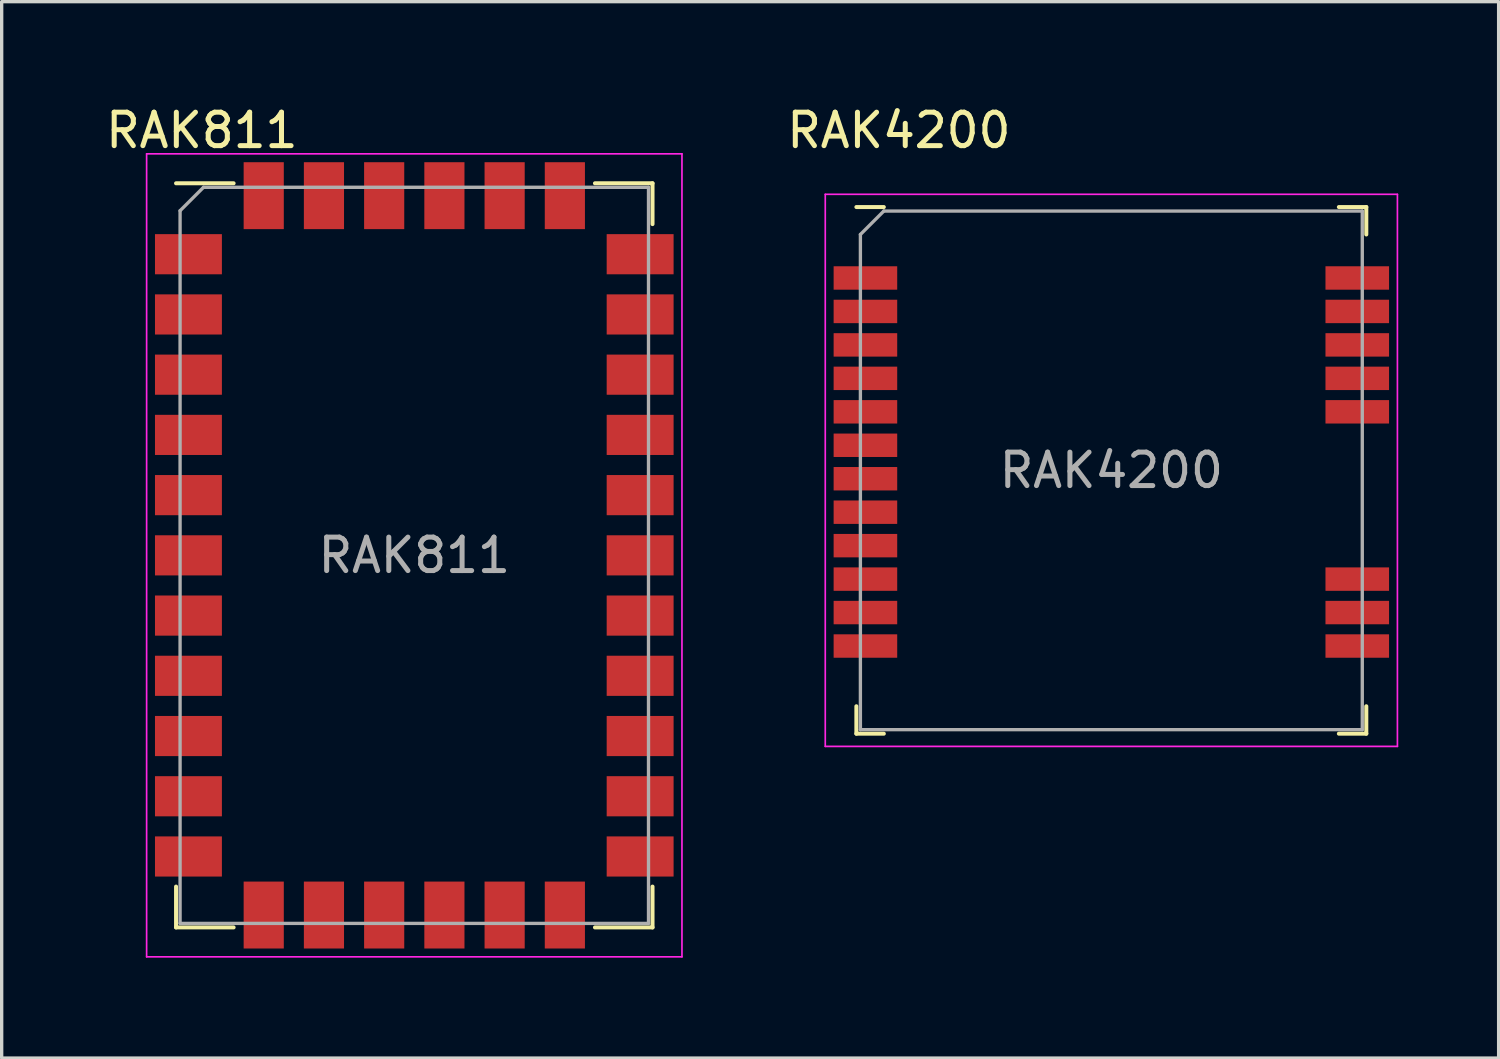
<source format=kicad_pcb>
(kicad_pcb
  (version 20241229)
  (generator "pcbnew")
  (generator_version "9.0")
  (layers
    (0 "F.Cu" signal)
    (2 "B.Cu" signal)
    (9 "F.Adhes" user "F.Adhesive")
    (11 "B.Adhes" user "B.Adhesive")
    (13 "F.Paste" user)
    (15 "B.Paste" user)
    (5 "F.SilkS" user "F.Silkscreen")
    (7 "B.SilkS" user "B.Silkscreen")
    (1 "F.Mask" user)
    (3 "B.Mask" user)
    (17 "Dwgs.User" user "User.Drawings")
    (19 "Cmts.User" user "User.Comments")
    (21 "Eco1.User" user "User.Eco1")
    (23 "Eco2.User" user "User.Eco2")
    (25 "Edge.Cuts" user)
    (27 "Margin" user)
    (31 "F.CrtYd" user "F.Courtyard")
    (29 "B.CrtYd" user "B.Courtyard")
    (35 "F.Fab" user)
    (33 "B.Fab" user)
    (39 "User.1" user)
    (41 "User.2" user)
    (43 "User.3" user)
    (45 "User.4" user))
  (footprint "RAK811"
    (layer "F.Cu")
    (at 9.332 13.548)
    (property "Reference" "RAK811" (at -6.35 -12.7 0) (layer "F.SilkS") (effects (font (size 1 1) (thickness 0.15))))
    (attr smd)
    (fp_line (start -7.12 -11.12) (end -5.4 -11.12) (stroke (width 0.12) (type solid)) (layer "F.SilkS"))
    (fp_line (start -7.12 11.12) (end -7.12 9.9) (stroke (width 0.12) (type solid)) (layer "F.SilkS"))
    (fp_line (start -5.4 11.12) (end -7.12 11.12) (stroke (width 0.12) (type solid)) (layer "F.SilkS"))
    (fp_line (start 5.4 -11.12) (end 7.12 -11.12) (stroke (width 0.12) (type solid)) (layer "F.SilkS"))
    (fp_line (start 5.4 11.12) (end 7.12 11.12) (stroke (width 0.12) (type solid)) (layer "F.SilkS"))
    (fp_line (start 7.12 -11.12) (end 7.12 -9.9) (stroke (width 0.12) (type solid)) (layer "F.SilkS"))
    (fp_line (start 7.12 9.9) (end 7.12 11.12) (stroke (width 0.12) (type solid)) (layer "F.SilkS"))
    (fp_line (start -8 -12) (end -8 12) (stroke (width 0.05) (type solid)) (layer "F.CrtYd"))
    (fp_line (start -8 -12) (end 8 -12) (stroke (width 0.05) (type solid)) (layer "F.CrtYd"))
    (fp_line (start -8 12) (end 8 12) (stroke (width 0.05) (type solid)) (layer "F.CrtYd"))
    (fp_line (start 8 -12) (end 8 12) (stroke (width 0.05) (type solid)) (layer "F.CrtYd"))
    (fp_line (start -7 -10.3) (end -7 11) (stroke (width 0.1) (type solid)) (layer "F.Fab"))
    (fp_line (start -6.3 -11) (end -7 -10.3) (stroke (width 0.1) (type solid)) (layer "F.Fab"))
    (fp_line (start 7 -11) (end -6.3 -11) (stroke (width 0.1) (type solid)) (layer "F.Fab"))
    (fp_line (start 7 -11) (end 7 11) (stroke (width 0.1) (type solid)) (layer "F.Fab"))
    (fp_line (start 7 11) (end -7 11) (stroke (width 0.1) (type solid)) (layer "F.Fab"))
    (fp_text user "${REFERENCE}" (at 0 0 0) (layer "F.Fab") (effects (font (size 1 1) (thickness 0.15))))
    (pad "1" smd rect (at -6.75 -9) (size 2 1.2) (layers "F.Cu" "F.Mask" "F.Paste"))
    (pad "2" smd rect (at -6.75 -7.2) (size 2 1.2) (layers "F.Cu" "F.Mask" "F.Paste"))
    (pad "3" smd rect (at -6.75 -5.4) (size 2 1.2) (layers "F.Cu" "F.Mask" "F.Paste"))
    (pad "4" smd rect (at -6.75 -3.6) (size 2 1.2) (layers "F.Cu" "F.Mask" "F.Paste"))
    (pad "5" smd rect (at -6.75 -1.8) (size 2 1.2) (layers "F.Cu" "F.Mask" "F.Paste"))
    (pad "6" smd rect (at -6.75 0) (size 2 1.2) (layers "F.Cu" "F.Mask" "F.Paste"))
    (pad "7" smd rect (at -6.75 1.8) (size 2 1.2) (layers "F.Cu" "F.Mask" "F.Paste"))
    (pad "8" smd rect (at -6.75 3.6) (size 2 1.2) (layers "F.Cu" "F.Mask" "F.Paste"))
    (pad "9" smd rect (at -6.75 5.4) (size 2 1.2) (layers "F.Cu" "F.Mask" "F.Paste"))
    (pad "10" smd rect (at -6.75 7.2) (size 2 1.2) (layers "F.Cu" "F.Mask" "F.Paste"))
    (pad "11" smd rect (at -6.75 9) (size 2 1.2) (layers "F.Cu" "F.Mask" "F.Paste"))
    (pad "12" smd rect (at -4.5 10.75) (size 1.2 2) (layers "F.Cu" "F.Mask" "F.Paste"))
    (pad "13" smd rect (at -2.7 10.75) (size 1.2 2) (layers "F.Cu" "F.Mask" "F.Paste"))
    (pad "14" smd rect (at -0.9 10.75) (size 1.2 2) (layers "F.Cu" "F.Mask" "F.Paste"))
    (pad "15" smd rect (at 0.9 10.75) (size 1.2 2) (layers "F.Cu" "F.Mask" "F.Paste"))
    (pad "16" smd rect (at 2.7 10.75) (size 1.2 2) (layers "F.Cu" "F.Mask" "F.Paste"))
    (pad "17" smd rect (at 4.5 10.75) (size 1.2 2) (layers "F.Cu" "F.Mask" "F.Paste"))
    (pad "18" smd rect (at 6.75 9) (size 2 1.2) (layers "F.Cu" "F.Mask" "F.Paste"))
    (pad "19" smd rect (at 6.75 7.2) (size 2 1.2) (layers "F.Cu" "F.Mask" "F.Paste"))
    (pad "20" smd rect (at 6.75 5.4) (size 2 1.2) (layers "F.Cu" "F.Mask" "F.Paste"))
    (pad "21" smd rect (at 6.75 3.6) (size 2 1.2) (layers "F.Cu" "F.Mask" "F.Paste"))
    (pad "22" smd rect (at 6.75 1.8) (size 2 1.2) (layers "F.Cu" "F.Mask" "F.Paste"))
    (pad "23" smd rect (at 6.75 0) (size 2 1.2) (layers "F.Cu" "F.Mask" "F.Paste"))
    (pad "24" smd rect (at 6.75 -1.8) (size 2 1.2) (layers "F.Cu" "F.Mask" "F.Paste"))
    (pad "25" smd rect (at 6.75 -3.6) (size 2 1.2) (layers "F.Cu" "F.Mask" "F.Paste"))
    (pad "26" smd rect (at 6.75 -5.4) (size 2 1.2) (layers "F.Cu" "F.Mask" "F.Paste"))
    (pad "27" smd rect (at 6.75 -7.2) (size 2 1.2) (layers "F.Cu" "F.Mask" "F.Paste"))
    (pad "28" smd rect (at 6.75 -9) (size 2 1.2) (layers "F.Cu" "F.Mask" "F.Paste"))
    (pad "29" smd rect (at 4.5 -10.75) (size 1.2 2) (layers "F.Cu" "F.Mask" "F.Paste"))
    (pad "30" smd rect (at 2.7 -10.75) (size 1.2 2) (layers "F.Cu" "F.Mask" "F.Paste"))
    (pad "31" smd rect (at 0.9 -10.75) (size 1.2 2) (layers "F.Cu" "F.Mask" "F.Paste"))
    (pad "32" smd rect (at -0.9 -10.75) (size 1.2 2) (layers "F.Cu" "F.Mask" "F.Paste"))
    (pad "33" smd rect (at -2.7 -10.75) (size 1.2 2) (layers "F.Cu" "F.Mask" "F.Paste"))
    (pad "34" smd rect (at -4.5 -10.75) (size 1.2 2) (layers "F.Cu" "F.Mask" "F.Paste")))
  (footprint "RAK4200"
    (layer "F.Cu")
    (at 30.165 11.008)
    (property "Reference" "RAK4200" (at -6.35 -10.16 0) (layer "F.SilkS") (effects (font (size 1 1) (thickness 0.15))))
    (attr smd)
    (fp_line (start -7.62 -7.87) (end -6.8 -7.87) (stroke (width 0.12) (type solid)) (layer "F.SilkS"))
    (fp_line (start -7.62 7.05) (end -7.62 7.87) (stroke (width 0.12) (type solid)) (layer "F.SilkS"))
    (fp_line (start -6.8 7.87) (end -7.62 7.87) (stroke (width 0.12) (type solid)) (layer "F.SilkS"))
    (fp_line (start 6.8 7.87) (end 7.62 7.87) (stroke (width 0.12) (type solid)) (layer "F.SilkS"))
    (fp_line (start 7.62 -7.87) (end 6.8 -7.87) (stroke (width 0.12) (type solid)) (layer "F.SilkS"))
    (fp_line (start 7.62 -7.05) (end 7.62 -7.87) (stroke (width 0.12) (type solid)) (layer "F.SilkS"))
    (fp_line (start 7.62 7.05) (end 7.62 7.87) (stroke (width 0.12) (type solid)) (layer "F.SilkS"))
    (fp_line (start -8.55 -8.25) (end -8.55 8.25) (stroke (width 0.05) (type solid)) (layer "F.CrtYd"))
    (fp_line (start -8.55 8.25) (end 8.55 8.25) (stroke (width 0.05) (type solid)) (layer "F.CrtYd"))
    (fp_line (start 8.55 -8.25) (end -8.55 -8.25) (stroke (width 0.05) (type solid)) (layer "F.CrtYd"))
    (fp_line (start 8.55 -8.25) (end 8.55 8.25) (stroke (width 0.05) (type solid)) (layer "F.CrtYd"))
    (fp_line (start -7.5 -7.05) (end -7.5 7.75) (stroke (width 0.1) (type solid)) (layer "F.Fab"))
    (fp_line (start -7.5 -7.05) (end -6.8 -7.75) (stroke (width 0.1) (type solid)) (layer "F.Fab"))
    (fp_line (start -7.5 7.75) (end 7.5 7.75) (stroke (width 0.1) (type solid)) (layer "F.Fab"))
    (fp_line (start -6.8 -7.75) (end 7.5 -7.75) (stroke (width 0.1) (type solid)) (layer "F.Fab"))
    (fp_line (start 7.5 -7.75) (end 7.5 7.75) (stroke (width 0.1) (type solid)) (layer "F.Fab"))
    (fp_text user "${REFERENCE}" (at 0 0 0) (layer "F.Fab") (effects (font (size 1 1) (thickness 0.15))))
    (pad "1" smd rect (at -7.35 -5.75) (size 1.9 0.7) (layers "F.Cu" "F.Mask" "F.Paste"))
    (pad "2" smd rect (at -7.35 -4.75) (size 1.9 0.7) (layers "F.Cu" "F.Mask" "F.Paste"))
    (pad "3" smd rect (at -7.35 -3.75) (size 1.9 0.7) (layers "F.Cu" "F.Mask" "F.Paste"))
    (pad "4" smd rect (at -7.35 -2.75) (size 1.9 0.7) (layers "F.Cu" "F.Mask" "F.Paste"))
    (pad "5" smd rect (at -7.35 -1.75) (size 1.9 0.7) (layers "F.Cu" "F.Mask" "F.Paste"))
    (pad "6" smd rect (at -7.35 -0.75) (size 1.9 0.7) (layers "F.Cu" "F.Mask" "F.Paste"))
    (pad "7" smd rect (at -7.35 0.25) (size 1.9 0.7) (layers "F.Cu" "F.Mask" "F.Paste"))
    (pad "8" smd rect (at -7.35 1.25) (size 1.9 0.7) (layers "F.Cu" "F.Mask" "F.Paste"))
    (pad "9" smd rect (at -7.35 2.25) (size 1.9 0.7) (layers "F.Cu" "F.Mask" "F.Paste"))
    (pad "10" smd rect (at -7.35 3.25) (size 1.9 0.7) (layers "F.Cu" "F.Mask" "F.Paste"))
    (pad "11" smd rect (at -7.35 4.25) (size 1.9 0.7) (layers "F.Cu" "F.Mask" "F.Paste"))
    (pad "12" smd rect (at -7.35 5.25) (size 1.9 0.7) (layers "F.Cu" "F.Mask" "F.Paste"))
    (pad "13" smd rect (at 7.35 5.25) (size 1.9 0.7) (layers "F.Cu" "F.Mask" "F.Paste"))
    (pad "14" smd rect (at 7.35 4.25) (size 1.9 0.7) (layers "F.Cu" "F.Mask" "F.Paste"))
    (pad "15" smd rect (at 7.35 3.25) (size 1.9 0.7) (layers "F.Cu" "F.Mask" "F.Paste"))
    (pad "16" smd rect (at 7.35 -1.75) (size 1.9 0.7) (layers "F.Cu" "F.Mask" "F.Paste"))
    (pad "17" smd rect (at 7.35 -2.75) (size 1.9 0.7) (layers "F.Cu" "F.Mask" "F.Paste"))
    (pad "18" smd rect (at 7.35 -3.75) (size 1.9 0.7) (layers "F.Cu" "F.Mask" "F.Paste"))
    (pad "19" smd rect (at 7.35 -4.75) (size 1.9 0.7) (layers "F.Cu" "F.Mask" "F.Paste"))
    (pad "20" smd rect (at 7.35 -5.75) (size 1.9 0.7) (layers "F.Cu" "F.Mask" "F.Paste")))
  (gr_rect
    (start -3 -3)
    (end 41.74 28.573)
    (stroke (width 0.1) (type default))
    (fill no)
    (layer "Edge.Cuts")))
</source>
